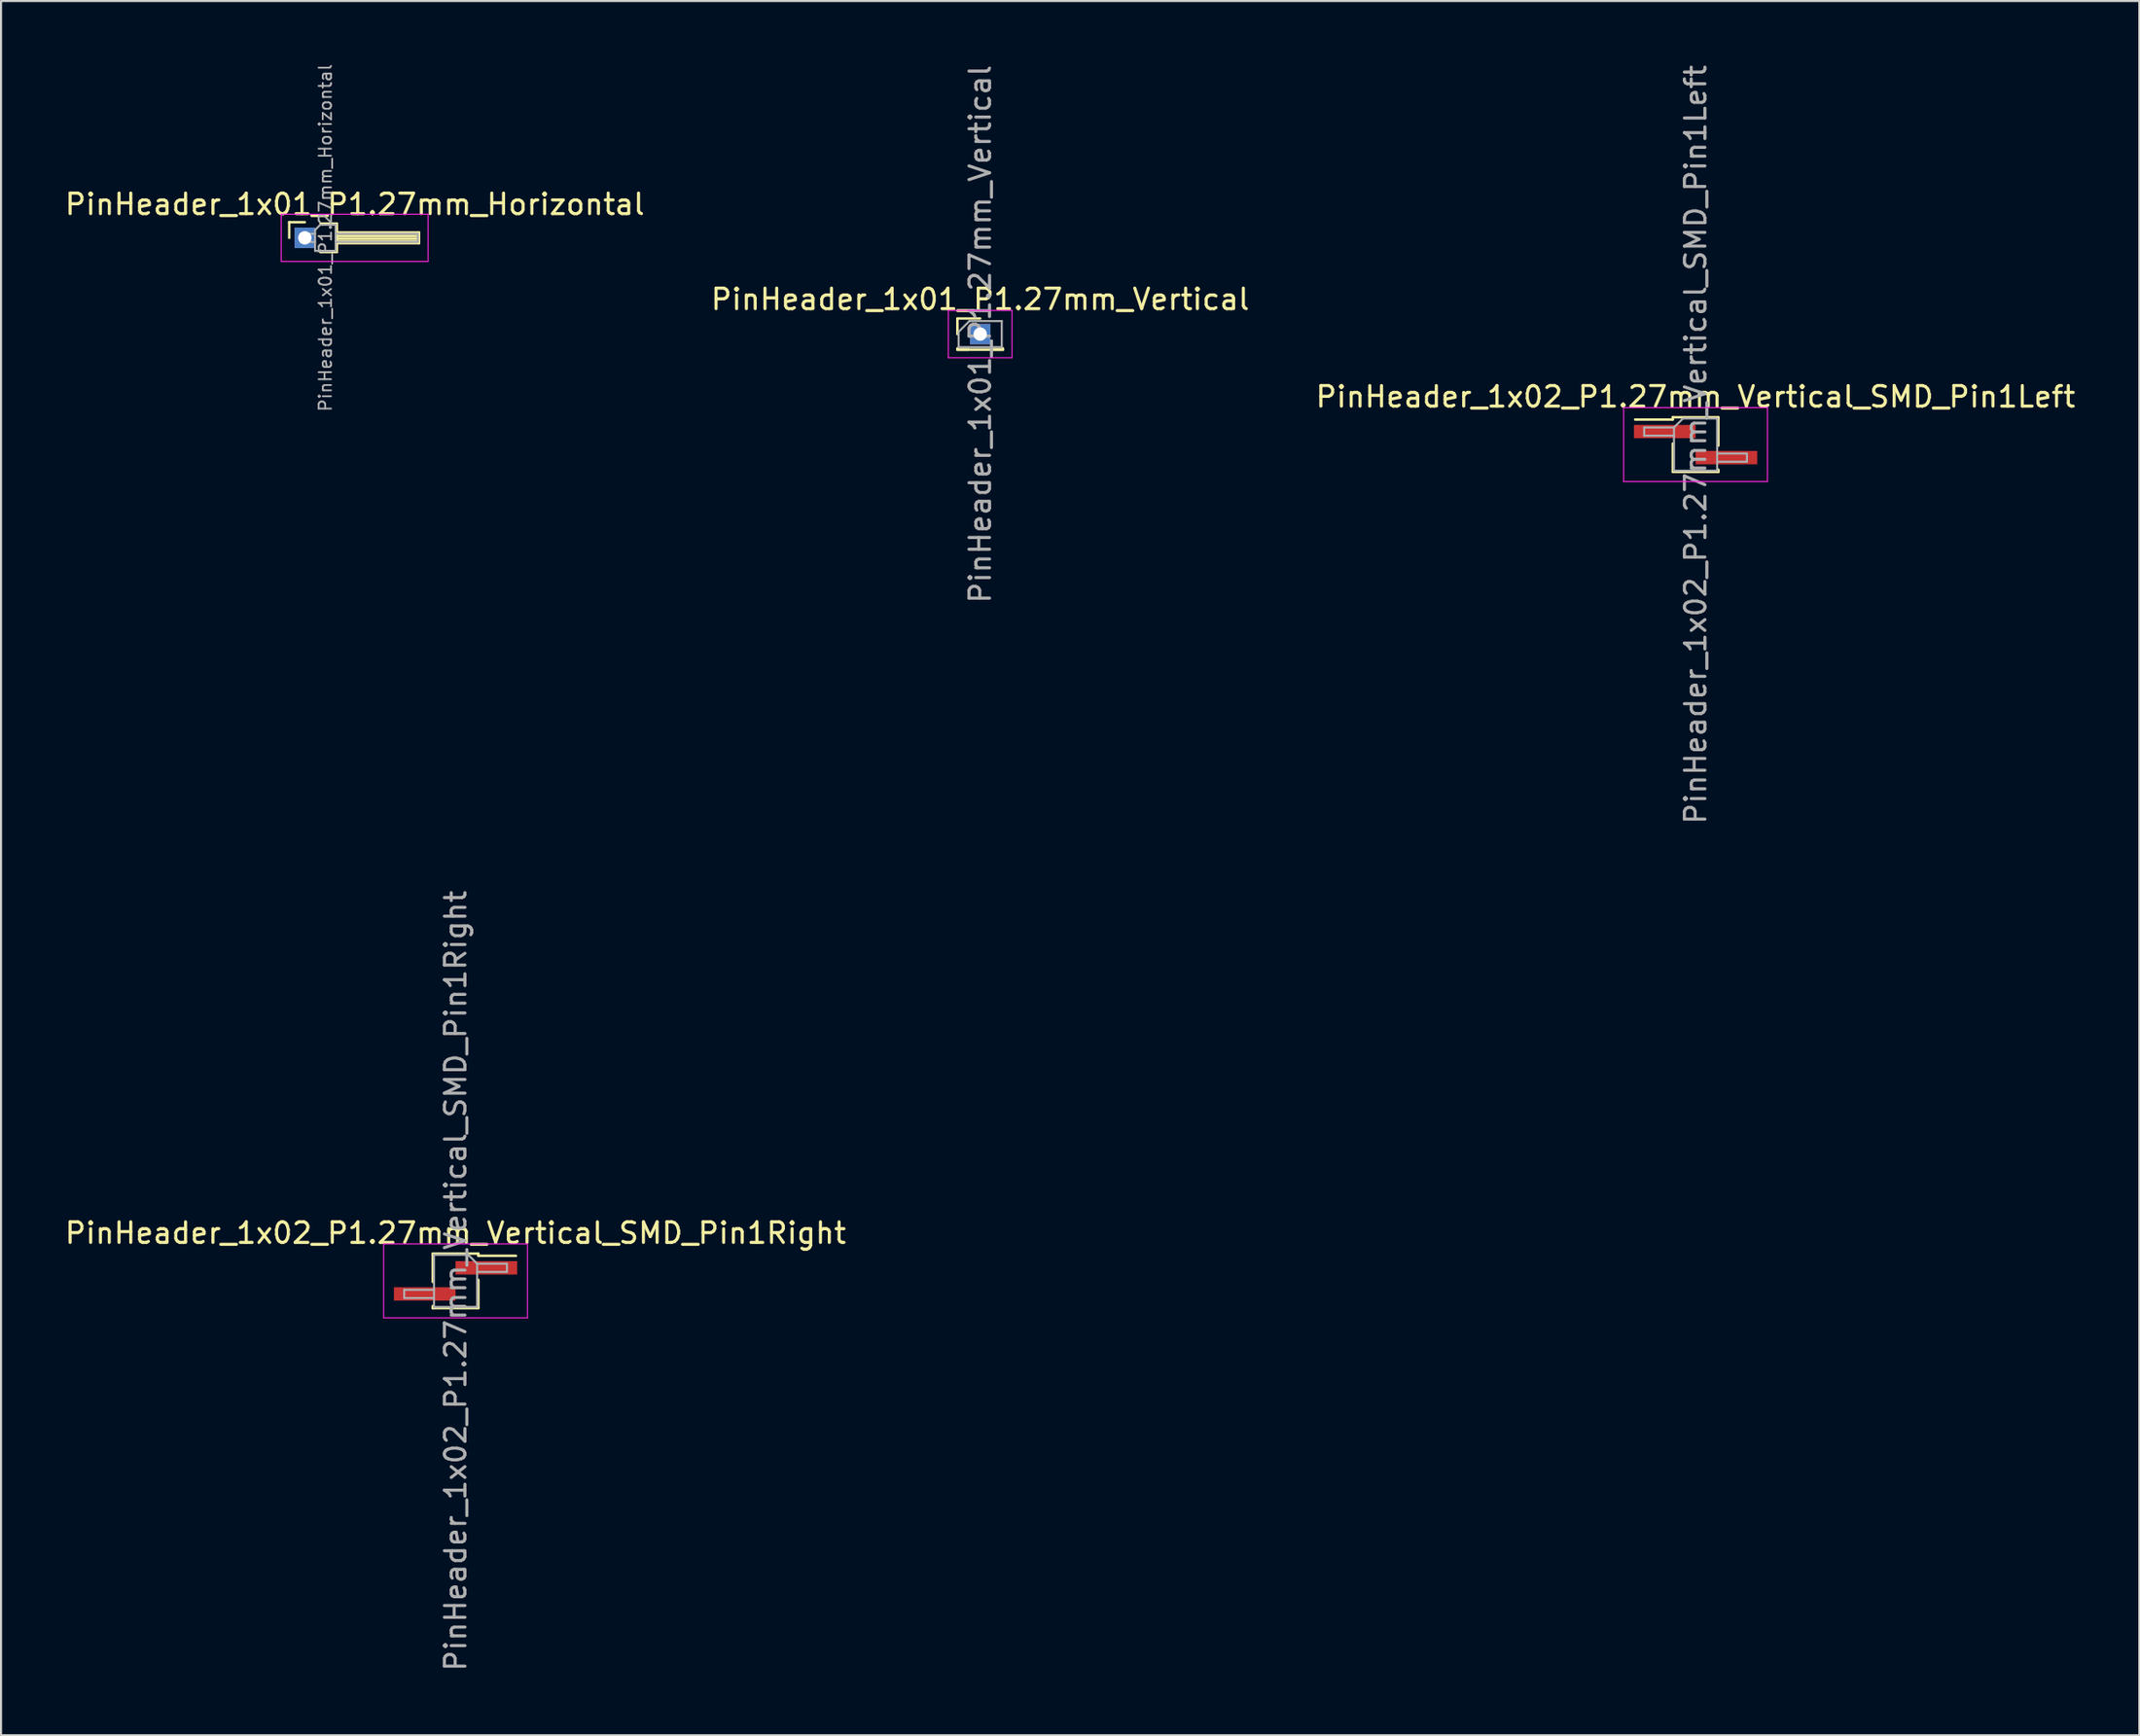
<source format=kicad_pcb>
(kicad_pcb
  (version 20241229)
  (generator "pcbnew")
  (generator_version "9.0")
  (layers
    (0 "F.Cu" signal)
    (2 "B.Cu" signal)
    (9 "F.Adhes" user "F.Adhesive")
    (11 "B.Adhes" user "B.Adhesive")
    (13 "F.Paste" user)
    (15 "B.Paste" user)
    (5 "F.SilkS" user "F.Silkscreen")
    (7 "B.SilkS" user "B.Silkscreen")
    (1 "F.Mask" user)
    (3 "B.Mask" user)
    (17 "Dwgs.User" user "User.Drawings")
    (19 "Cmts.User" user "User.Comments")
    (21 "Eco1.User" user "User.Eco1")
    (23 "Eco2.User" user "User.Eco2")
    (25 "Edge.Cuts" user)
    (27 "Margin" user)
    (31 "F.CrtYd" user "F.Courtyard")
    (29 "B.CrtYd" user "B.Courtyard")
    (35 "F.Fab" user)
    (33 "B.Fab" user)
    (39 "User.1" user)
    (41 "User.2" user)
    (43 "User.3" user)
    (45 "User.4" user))
  (footprint "PinHeader_1x01_P1.27mm_Horizontal"
    (layer "F.Cu")
    (at 11.788 8.532)
    (property "Reference" "PinHeader_1x01_P1.27mm_Horizontal" (at 2.433 -1.635 0) (layer "F.SilkS") (effects (font (size 1 1) (thickness 0.15))))
    (attr through_hole)
    (fp_line (start -0.76 -0.76) (end 0 -0.76) (stroke (width 0.12) (type solid)) (layer "F.SilkS"))
    (fp_line (start -0.76 0) (end -0.76 -0.76) (stroke (width 0.12) (type solid)) (layer "F.SilkS"))
    (fp_line (start 0.76 -0.695) (end 1.56 -0.695) (stroke (width 0.12) (type solid)) (layer "F.SilkS"))
    (fp_line (start 0.76 0.695) (end 0.76 0.62) (stroke (width 0.12) (type solid)) (layer "F.SilkS"))
    (fp_line (start 1.56 -0.695) (end 1.56 0.695) (stroke (width 0.12) (type solid)) (layer "F.SilkS"))
    (fp_line (start 1.56 -0.26) (end 5.56 -0.26) (stroke (width 0.12) (type solid)) (layer "F.SilkS"))
    (fp_line (start 1.56 -0.2) (end 5.56 -0.2) (stroke (width 0.12) (type solid)) (layer "F.SilkS"))
    (fp_line (start 1.56 -0.08) (end 5.56 -0.08) (stroke (width 0.12) (type solid)) (layer "F.SilkS"))
    (fp_line (start 1.56 0.04) (end 5.56 0.04) (stroke (width 0.12) (type solid)) (layer "F.SilkS"))
    (fp_line (start 1.56 0.16) (end 5.56 0.16) (stroke (width 0.12) (type solid)) (layer "F.SilkS"))
    (fp_line (start 1.56 0.695) (end 0.76 0.695) (stroke (width 0.12) (type solid)) (layer "F.SilkS"))
    (fp_line (start 5.56 -0.26) (end 5.56 0.26) (stroke (width 0.12) (type solid)) (layer "F.SilkS"))
    (fp_line (start 5.56 0.26) (end 1.56 0.26) (stroke (width 0.12) (type solid)) (layer "F.SilkS"))
    (fp_line (start -1.15 -1.15) (end -1.15 1.15) (stroke (width 0.05) (type solid)) (layer "F.CrtYd"))
    (fp_line (start -1.15 1.15) (end 6 1.15) (stroke (width 0.05) (type solid)) (layer "F.CrtYd"))
    (fp_line (start 6 -1.15) (end -1.15 -1.15) (stroke (width 0.05) (type solid)) (layer "F.CrtYd"))
    (fp_line (start 6 1.15) (end 6 -1.15) (stroke (width 0.05) (type solid)) (layer "F.CrtYd"))
    (fp_line (start -0.2 -0.2) (end -0.2 0.2) (stroke (width 0.1) (type solid)) (layer "F.Fab"))
    (fp_line (start -0.2 -0.2) (end 0.5 -0.2) (stroke (width 0.1) (type solid)) (layer "F.Fab"))
    (fp_line (start -0.2 0.2) (end 0.5 0.2) (stroke (width 0.1) (type solid)) (layer "F.Fab"))
    (fp_line (start 0.5 -0.385) (end 0.75 -0.635) (stroke (width 0.1) (type solid)) (layer "F.Fab"))
    (fp_line (start 0.5 0.635) (end 0.5 -0.385) (stroke (width 0.1) (type solid)) (layer "F.Fab"))
    (fp_line (start 0.75 -0.635) (end 1.5 -0.635) (stroke (width 0.1) (type solid)) (layer "F.Fab"))
    (fp_line (start 1.5 -0.635) (end 1.5 0.635) (stroke (width 0.1) (type solid)) (layer "F.Fab"))
    (fp_line (start 1.5 -0.2) (end 5.5 -0.2) (stroke (width 0.1) (type solid)) (layer "F.Fab"))
    (fp_line (start 1.5 0.2) (end 5.5 0.2) (stroke (width 0.1) (type solid)) (layer "F.Fab"))
    (fp_line (start 1.5 0.635) (end 0.5 0.635) (stroke (width 0.1) (type solid)) (layer "F.Fab"))
    (fp_line (start 5.5 -0.2) (end 5.5 0.2) (stroke (width 0.1) (type solid)) (layer "F.Fab"))
    (fp_text user "${REFERENCE}" (at 1 0 90) (layer "F.Fab") (effects (font (size 0.6 0.6) (thickness 0.09))))
    (pad "1" thru_hole rect (at 0 0) (size 1 1) (drill 0.65) (layers "*.Cu" "*.Mask")))
  (footprint "PinHeader_1x02_P1.27mm_Vertical_SMD_Pin1Right"
    (layer "F.Cu")
    (at 19.125 59.327)
    (property "Reference" "PinHeader_1x02_P1.27mm_Vertical_SMD_Pin1Right" (at 0 -2.33 0) (layer "F.SilkS") (effects (font (size 1 1) (thickness 0.15))))
    (attr smd)
    (fp_line (start -1.11 -1.33) (end 1.11 -1.33) (stroke (width 0.12) (type solid)) (layer "F.SilkS"))
    (fp_line (start -1.11 -1.32) (end -1.11 0.05) (stroke (width 0.12) (type solid)) (layer "F.SilkS"))
    (fp_line (start -1.11 1.22) (end -1.11 1.33) (stroke (width 0.12) (type solid)) (layer "F.SilkS"))
    (fp_line (start -1.11 1.33) (end 1.11 1.33) (stroke (width 0.12) (type solid)) (layer "F.SilkS"))
    (fp_line (start 1.11 -1.33) (end 1.11 -1.22) (stroke (width 0.12) (type solid)) (layer "F.SilkS"))
    (fp_line (start 1.11 -1.22) (end 2.94 -1.22) (stroke (width 0.12) (type solid)) (layer "F.SilkS"))
    (fp_line (start 1.11 -0.05) (end 1.11 1.32) (stroke (width 0.12) (type solid)) (layer "F.SilkS"))
    (fp_line (start -3.5 -1.8) (end -3.5 1.8) (stroke (width 0.05) (type solid)) (layer "F.CrtYd"))
    (fp_line (start -3.5 1.8) (end 3.5 1.8) (stroke (width 0.05) (type solid)) (layer "F.CrtYd"))
    (fp_line (start 3.5 -1.8) (end -3.5 -1.8) (stroke (width 0.05) (type solid)) (layer "F.CrtYd"))
    (fp_line (start 3.5 1.8) (end 3.5 -1.8) (stroke (width 0.05) (type solid)) (layer "F.CrtYd"))
    (fp_line (start -2.5 0.435) (end -2.5 0.835) (stroke (width 0.1) (type solid)) (layer "F.Fab"))
    (fp_line (start -2.5 0.835) (end -1.05 0.835) (stroke (width 0.1) (type solid)) (layer "F.Fab"))
    (fp_line (start -1.05 -1.27) (end -1.05 1.27) (stroke (width 0.1) (type solid)) (layer "F.Fab"))
    (fp_line (start -1.05 -1.27) (end 0.615 -1.27) (stroke (width 0.1) (type solid)) (layer "F.Fab"))
    (fp_line (start -1.05 0.435) (end -2.5 0.435) (stroke (width 0.1) (type solid)) (layer "F.Fab"))
    (fp_line (start 1.05 -0.835) (end 0.615 -1.27) (stroke (width 0.1) (type solid)) (layer "F.Fab"))
    (fp_line (start 1.05 -0.835) (end 2.5 -0.835) (stroke (width 0.1) (type solid)) (layer "F.Fab"))
    (fp_line (start 1.05 1.27) (end -1.05 1.27) (stroke (width 0.1) (type solid)) (layer "F.Fab"))
    (fp_line (start 1.05 1.27) (end 1.05 -0.835) (stroke (width 0.1) (type solid)) (layer "F.Fab"))
    (fp_line (start 2.5 -0.835) (end 2.5 -0.435) (stroke (width 0.1) (type solid)) (layer "F.Fab"))
    (fp_line (start 2.5 -0.435) (end 1.05 -0.435) (stroke (width 0.1) (type solid)) (layer "F.Fab"))
    (fp_text user "${REFERENCE}" (at 0 0 90) (layer "F.Fab") (effects (font (size 1 1) (thickness 0.15))))
    (pad "1" smd rect (at 1.5 -0.635) (size 3 0.65) (layers "F.Cu" "F.Mask" "F.Paste"))
    (pad "2" smd rect (at -1.5 0.635) (size 3 0.65) (layers "F.Cu" "F.Mask" "F.Paste")))
  (footprint "PinHeader_1x02_P1.27mm_Vertical_SMD_Pin1Left"
    (layer "F.Cu")
    (at 79.482 18.601)
    (property "Reference" "PinHeader_1x02_P1.27mm_Vertical_SMD_Pin1Left" (at 0 -2.33 0) (layer "F.SilkS") (effects (font (size 1 1) (thickness 0.15))))
    (attr smd)
    (fp_line (start -1.11 -1.33) (end -1.11 -1.22) (stroke (width 0.12) (type solid)) (layer "F.SilkS"))
    (fp_line (start -1.11 -1.33) (end 1.11 -1.33) (stroke (width 0.12) (type solid)) (layer "F.SilkS"))
    (fp_line (start -1.11 -1.22) (end -2.94 -1.22) (stroke (width 0.12) (type solid)) (layer "F.SilkS"))
    (fp_line (start -1.11 -0.05) (end -1.11 1.32) (stroke (width 0.12) (type solid)) (layer "F.SilkS"))
    (fp_line (start -1.11 1.33) (end 1.11 1.33) (stroke (width 0.12) (type solid)) (layer "F.SilkS"))
    (fp_line (start 1.11 -1.32) (end 1.11 0.05) (stroke (width 0.12) (type solid)) (layer "F.SilkS"))
    (fp_line (start 1.11 1.22) (end 1.11 1.33) (stroke (width 0.12) (type solid)) (layer "F.SilkS"))
    (fp_line (start -3.5 -1.8) (end -3.5 1.8) (stroke (width 0.05) (type solid)) (layer "F.CrtYd"))
    (fp_line (start -3.5 1.8) (end 3.5 1.8) (stroke (width 0.05) (type solid)) (layer "F.CrtYd"))
    (fp_line (start 3.5 -1.8) (end -3.5 -1.8) (stroke (width 0.05) (type solid)) (layer "F.CrtYd"))
    (fp_line (start 3.5 1.8) (end 3.5 -1.8) (stroke (width 0.05) (type solid)) (layer "F.CrtYd"))
    (fp_line (start -2.5 -0.835) (end -2.5 -0.435) (stroke (width 0.1) (type solid)) (layer "F.Fab"))
    (fp_line (start -2.5 -0.435) (end -1.05 -0.435) (stroke (width 0.1) (type solid)) (layer "F.Fab"))
    (fp_line (start -1.05 -0.835) (end -2.5 -0.835) (stroke (width 0.1) (type solid)) (layer "F.Fab"))
    (fp_line (start -1.05 -0.835) (end -0.615 -1.27) (stroke (width 0.1) (type solid)) (layer "F.Fab"))
    (fp_line (start -1.05 1.27) (end -1.05 -0.835) (stroke (width 0.1) (type solid)) (layer "F.Fab"))
    (fp_line (start -0.615 -1.27) (end 1.05 -1.27) (stroke (width 0.1) (type solid)) (layer "F.Fab"))
    (fp_line (start 1.05 -1.27) (end 1.05 1.27) (stroke (width 0.1) (type solid)) (layer "F.Fab"))
    (fp_line (start 1.05 0.435) (end 2.5 0.435) (stroke (width 0.1) (type solid)) (layer "F.Fab"))
    (fp_line (start 1.05 1.27) (end -1.05 1.27) (stroke (width 0.1) (type solid)) (layer "F.Fab"))
    (fp_line (start 2.5 0.435) (end 2.5 0.835) (stroke (width 0.1) (type solid)) (layer "F.Fab"))
    (fp_line (start 2.5 0.835) (end 1.05 0.835) (stroke (width 0.1) (type solid)) (layer "F.Fab"))
    (fp_text user "${REFERENCE}" (at 0 0 90) (layer "F.Fab") (effects (font (size 1 1) (thickness 0.15))))
    (pad "1" smd rect (at -1.5 -0.635) (size 3 0.65) (layers "F.Cu" "F.Mask" "F.Paste"))
    (pad "2" smd rect (at 1.5 0.635) (size 3 0.65) (layers "F.Cu" "F.Mask" "F.Paste")))
  (footprint "PinHeader_1x01_P1.27mm_Vertical"
    (layer "F.Cu")
    (at 44.661 13.22)
    (property "Reference" "PinHeader_1x01_P1.27mm_Vertical" (at 0 -1.695 0) (layer "F.SilkS") (effects (font (size 1 1) (thickness 0.15))))
    (attr through_hole)
    (fp_line (start -1.11 -0.76) (end 0 -0.76) (stroke (width 0.12) (type solid)) (layer "F.SilkS"))
    (fp_line (start -1.11 0) (end -1.11 -0.76) (stroke (width 0.12) (type solid)) (layer "F.SilkS"))
    (fp_line (start -1.11 0.76) (end -1.11 0.695) (stroke (width 0.12) (type solid)) (layer "F.SilkS"))
    (fp_line (start -1.11 0.76) (end -0.563 0.76) (stroke (width 0.12) (type solid)) (layer "F.SilkS"))
    (fp_line (start -1.11 0.76) (end 1.11 0.76) (stroke (width 0.12) (type solid)) (layer "F.SilkS"))
    (fp_line (start 0.563 0.76) (end 1.11 0.76) (stroke (width 0.12) (type solid)) (layer "F.SilkS"))
    (fp_line (start 1.11 0.76) (end 1.11 0.695) (stroke (width 0.12) (type solid)) (layer "F.SilkS"))
    (fp_line (start -1.55 -1.15) (end -1.55 1.15) (stroke (width 0.05) (type solid)) (layer "F.CrtYd"))
    (fp_line (start -1.55 1.15) (end 1.55 1.15) (stroke (width 0.05) (type solid)) (layer "F.CrtYd"))
    (fp_line (start 1.55 -1.15) (end -1.55 -1.15) (stroke (width 0.05) (type solid)) (layer "F.CrtYd"))
    (fp_line (start 1.55 1.15) (end 1.55 -1.15) (stroke (width 0.05) (type solid)) (layer "F.CrtYd"))
    (fp_line (start -1.05 -0.11) (end -0.525 -0.635) (stroke (width 0.1) (type solid)) (layer "F.Fab"))
    (fp_line (start -1.05 0.635) (end -1.05 -0.11) (stroke (width 0.1) (type solid)) (layer "F.Fab"))
    (fp_line (start -0.525 -0.635) (end 1.05 -0.635) (stroke (width 0.1) (type solid)) (layer "F.Fab"))
    (fp_line (start 1.05 -0.635) (end 1.05 0.635) (stroke (width 0.1) (type solid)) (layer "F.Fab"))
    (fp_line (start 1.05 0.635) (end -1.05 0.635) (stroke (width 0.1) (type solid)) (layer "F.Fab"))
    (fp_text user "${REFERENCE}" (at 0 0 90) (layer "F.Fab") (effects (font (size 1 1) (thickness 0.15))))
    (pad "1" thru_hole rect (at 0 0) (size 1 1) (drill 0.65) (layers "*.Cu" "*.Mask")))
  (gr_rect
    (start -3 -3)
    (end 101.083 81.452)
    (stroke (width 0.1) (type default))
    (fill no)
    (layer "Edge.Cuts")))
</source>
